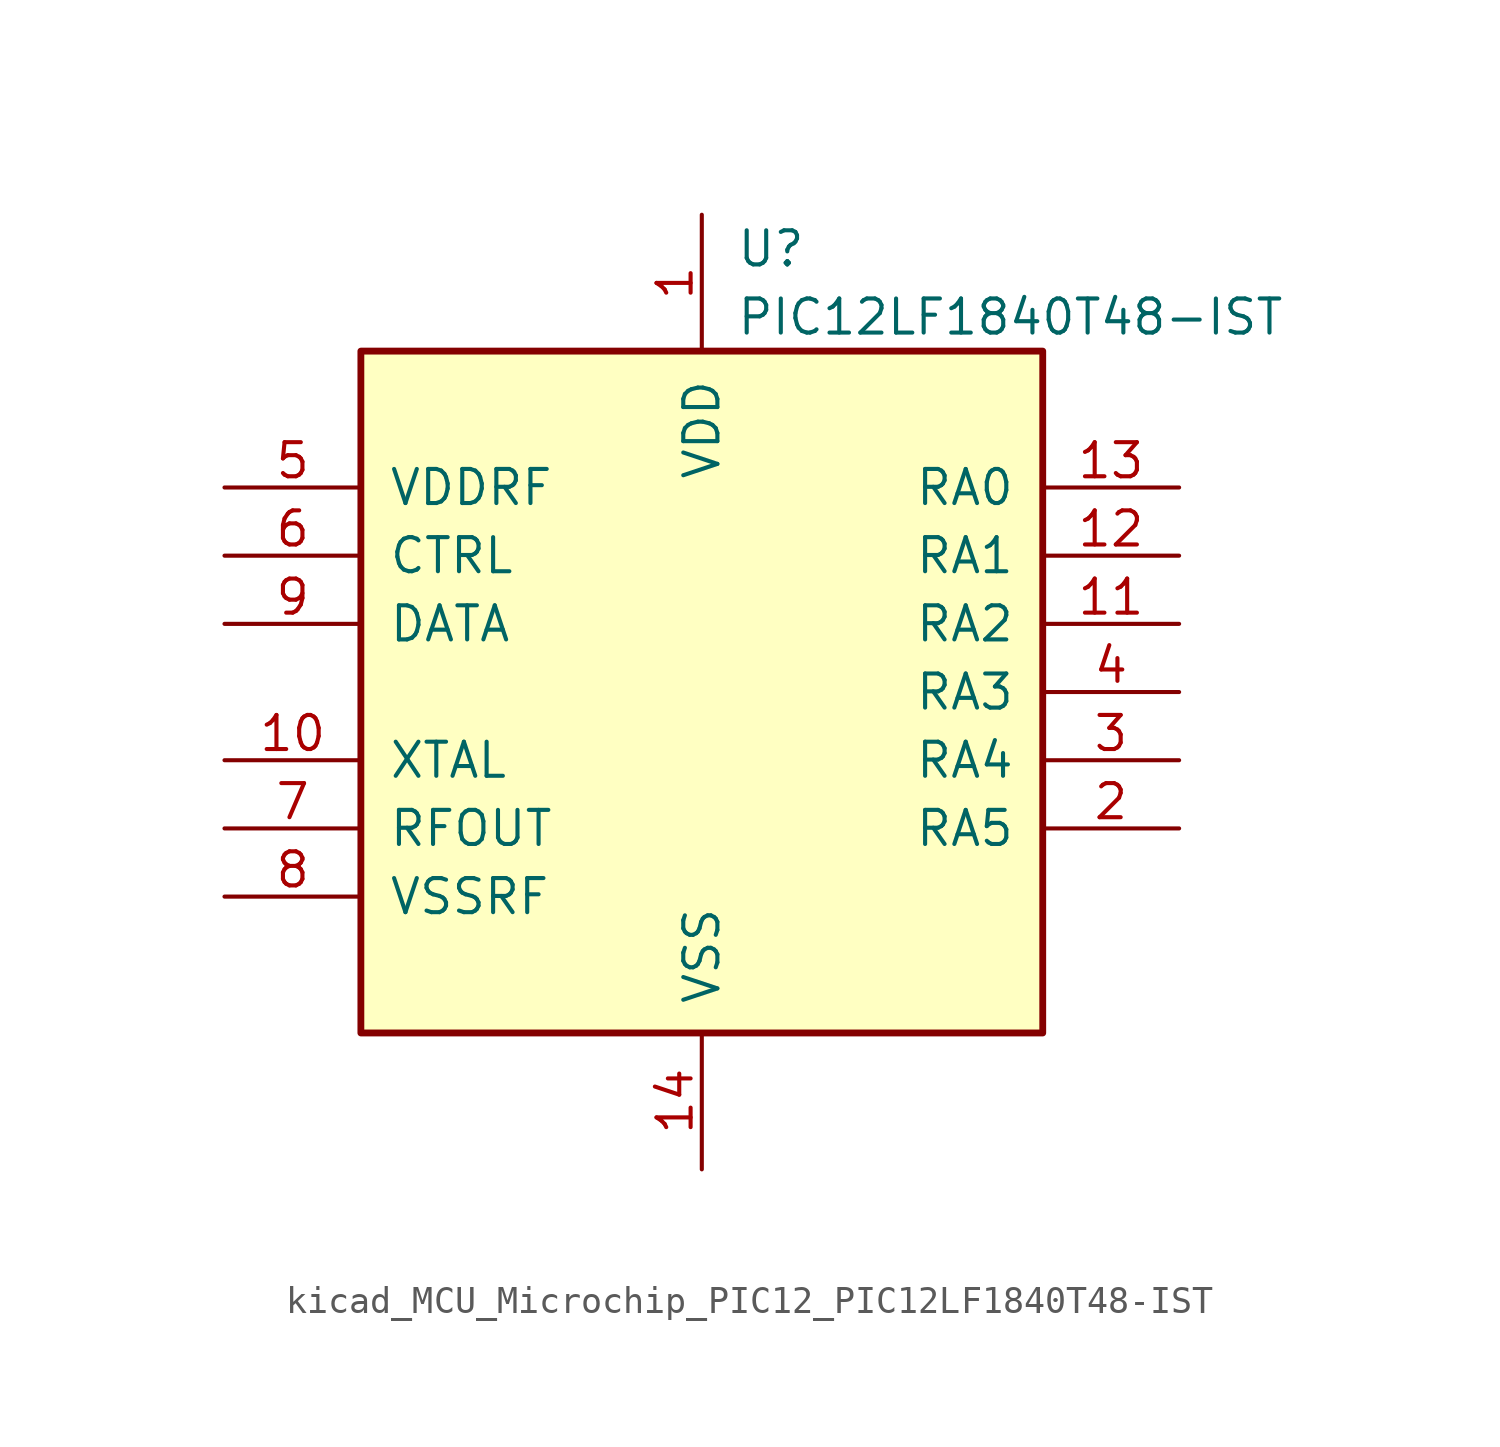
<source format=kicad_sym>
(kicad_symbol_lib
  (version 20220914)
  (generator kicad_symbol_editor)
  (symbol "kicad_MCU_Microchip_PIC12_PIC12LF1840T48-IST"
    (pin_names
      (offset 1.016))
    (property "Reference" "U"
      (at 1.27 16.51 0)
      (effects (font (size 1.27 1.27)) (justify left)))
    (property "Value" "PIC12LF1840T48-IST"
      (at 1.27 13.97 0)
      (effects (font (size 1.27 1.27)) (justify left)))
    (symbol "kicad_MCU_Microchip_PIC12_PIC12LF1840T48-IST_0_1"
      (rectangle (start 12.7 -12.7) (end -12.7 12.7) (stroke (width 0.254) (type default)) (fill (type background))))
    (symbol "kicad_MCU_Microchip_PIC12_PIC12LF1840T48-IST_1_1"
      (pin power_in line (at 0 17.78 270) (length 5.08) (name "VDD" (effects (font (size 1.27 1.27)))) (number "1" (effects (font (size 1.27 1.27)))))
      (pin input line (at -17.78 -2.54 0) (length 5.08) (name "XTAL" (effects (font (size 1.27 1.27)))) (number "10" (effects (font (size 1.27 1.27)))))
      (pin bidirectional line (at 17.78 2.54 180) (length 5.08) (name "RA2" (effects (font (size 1.27 1.27)))) (number "11" (effects (font (size 1.27 1.27)))))
      (pin bidirectional line (at 17.78 5.08 180) (length 5.08) (name "RA1" (effects (font (size 1.27 1.27)))) (number "12" (effects (font (size 1.27 1.27)))))
      (pin bidirectional line (at 17.78 7.62 180) (length 5.08) (name "RA0" (effects (font (size 1.27 1.27)))) (number "13" (effects (font (size 1.27 1.27)))))
      (pin power_in line (at 0 -17.78 90) (length 5.08) (name "VSS" (effects (font (size 1.27 1.27)))) (number "14" (effects (font (size 1.27 1.27)))))
      (pin bidirectional line (at 17.78 -5.08 180) (length 5.08) (name "RA5" (effects (font (size 1.27 1.27)))) (number "2" (effects (font (size 1.27 1.27)))))
      (pin bidirectional line (at 17.78 -2.54 180) (length 5.08) (name "RA4" (effects (font (size 1.27 1.27)))) (number "3" (effects (font (size 1.27 1.27)))))
      (pin input line (at 17.78 0 180) (length 5.08) (name "RA3" (effects (font (size 1.27 1.27)))) (number "4" (effects (font (size 1.27 1.27)))))
      (pin power_in line (at -17.78 7.62 0) (length 5.08) (name "VDDRF" (effects (font (size 1.27 1.27)))) (number "5" (effects (font (size 1.27 1.27)))))
      (pin input line (at -17.78 5.08 0) (length 5.08) (name "CTRL" (effects (font (size 1.27 1.27)))) (number "6" (effects (font (size 1.27 1.27)))))
      (pin input line (at -17.78 -5.08 0) (length 5.08) (name "RFOUT" (effects (font (size 1.27 1.27)))) (number "7" (effects (font (size 1.27 1.27)))))
      (pin power_in line (at -17.78 -7.62 0) (length 5.08) (name "VSSRF" (effects (font (size 1.27 1.27)))) (number "8" (effects (font (size 1.27 1.27)))))
      (pin input line (at -17.78 2.54 0) (length 5.08) (name "DATA" (effects (font (size 1.27 1.27)))) (number "9" (effects (font (size 1.27 1.27))))))))
</source>
